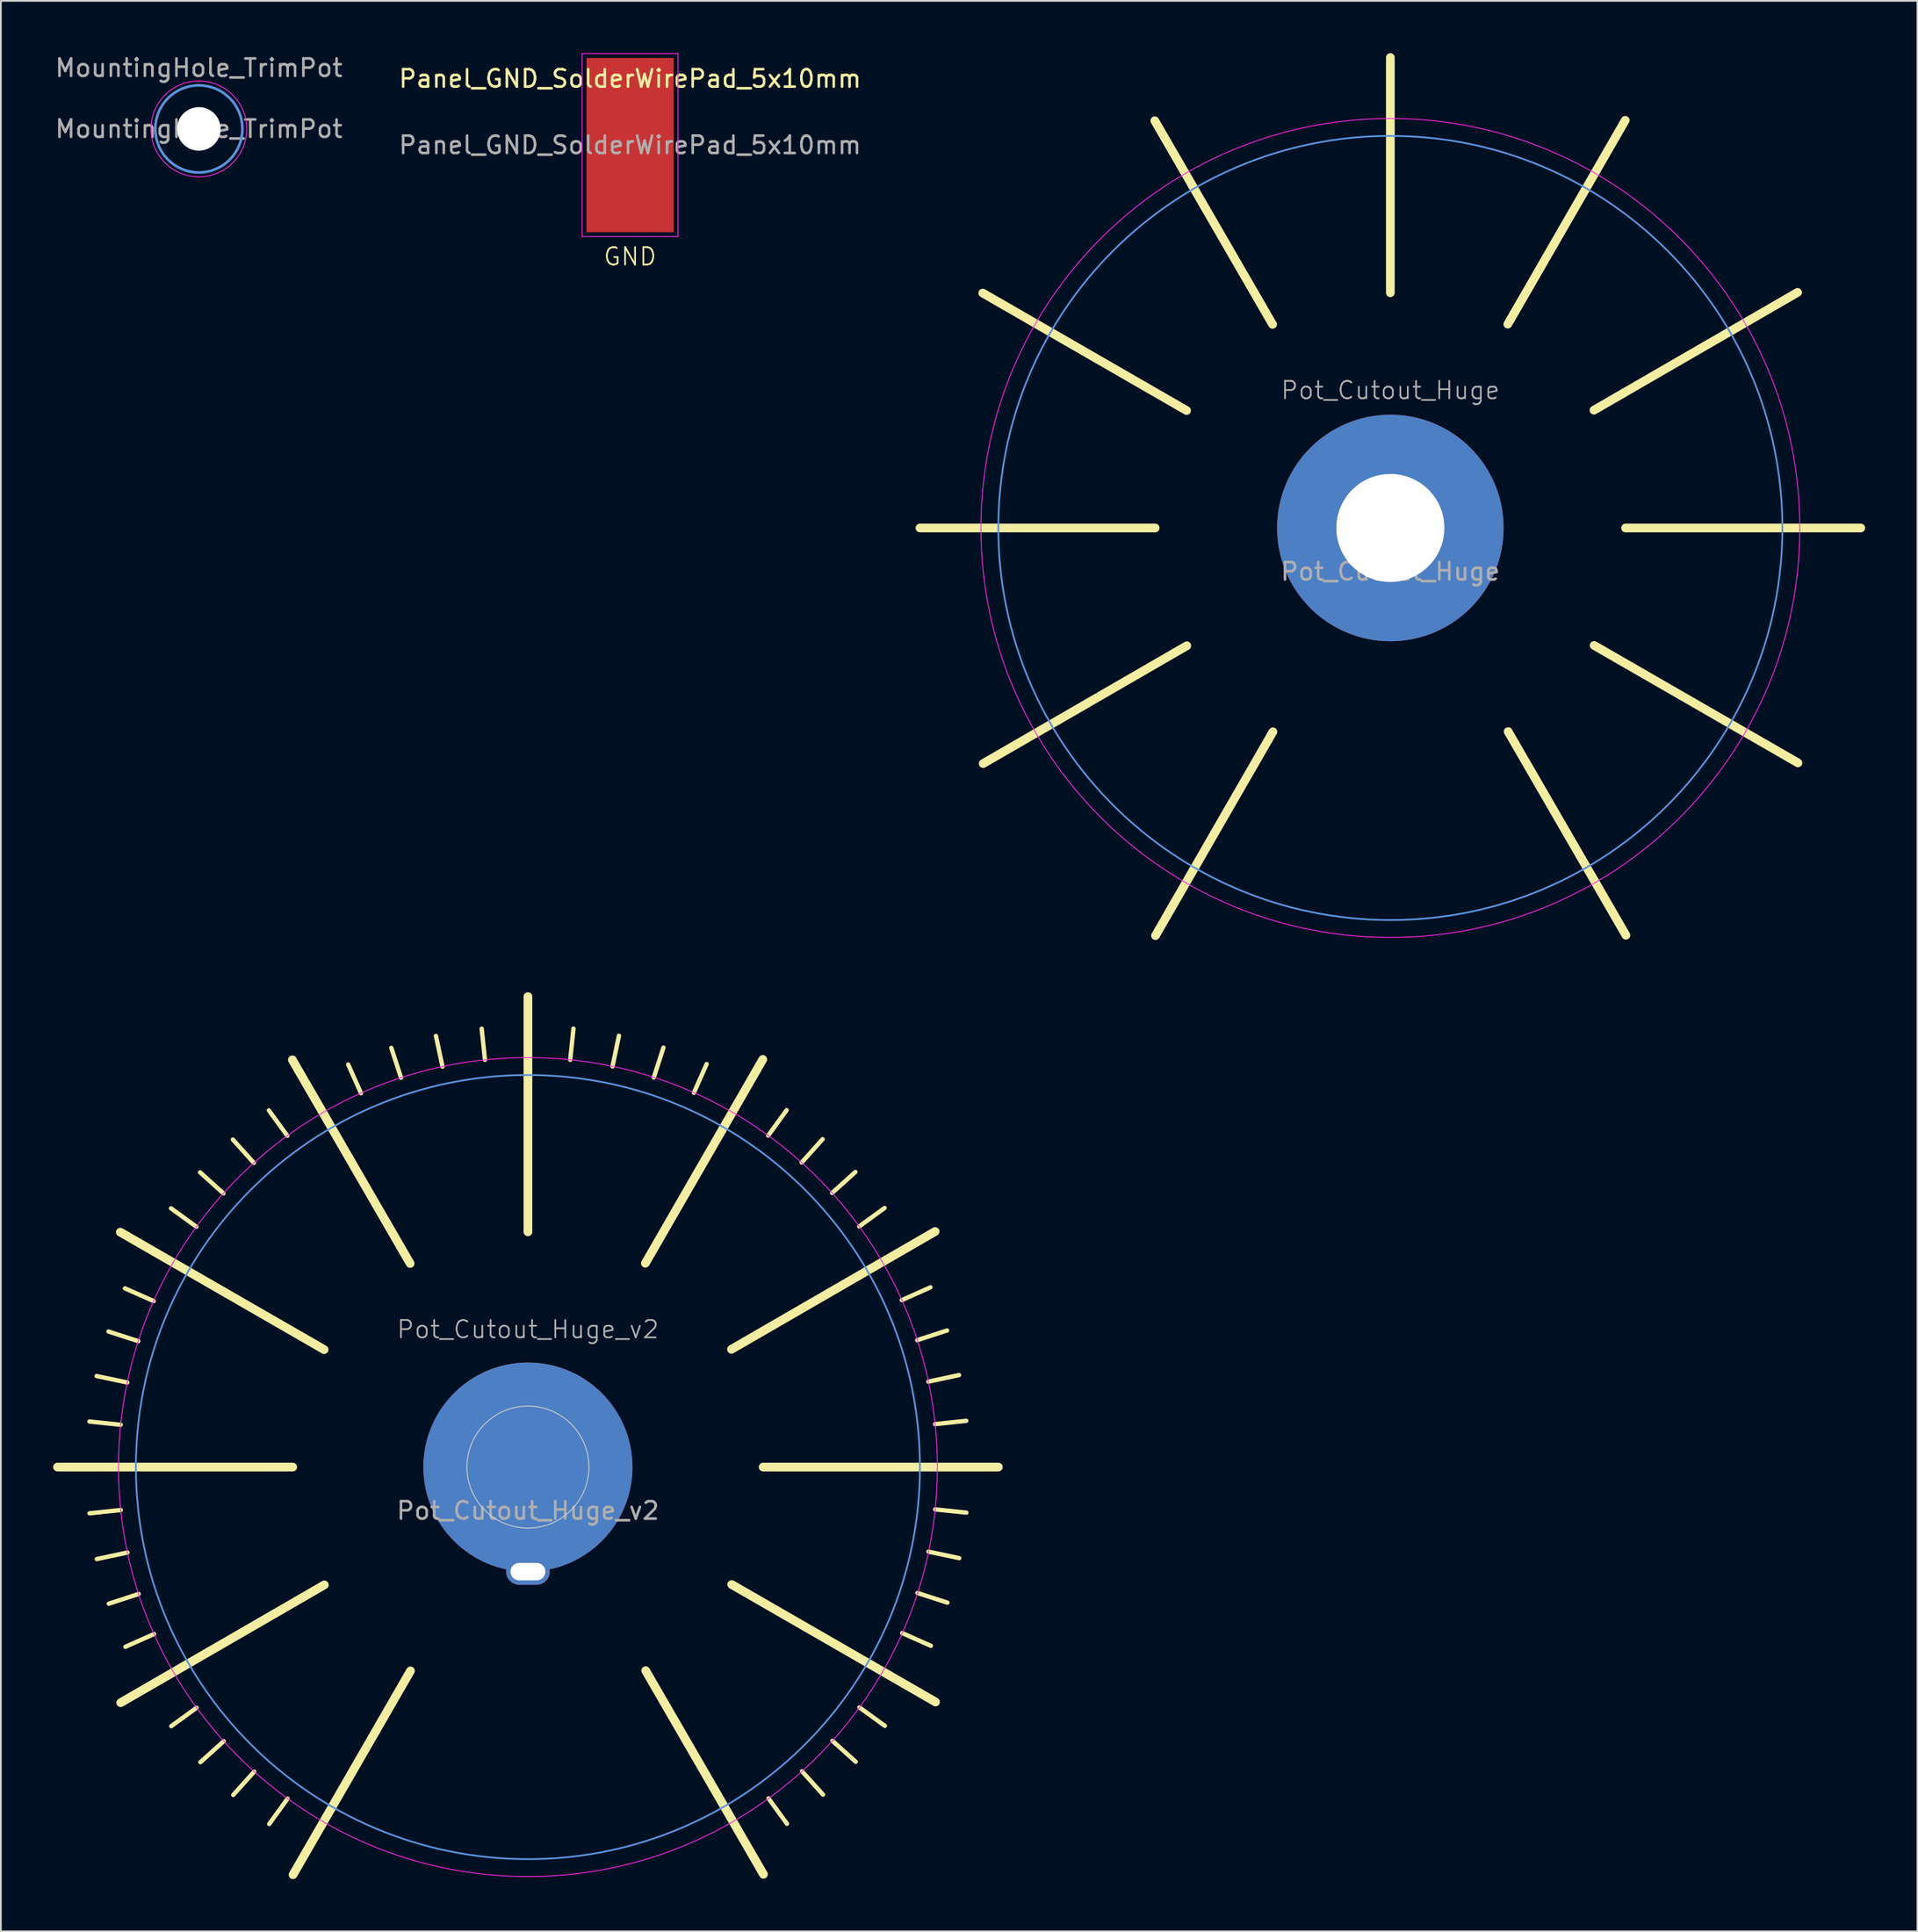
<source format=kicad_pcb>
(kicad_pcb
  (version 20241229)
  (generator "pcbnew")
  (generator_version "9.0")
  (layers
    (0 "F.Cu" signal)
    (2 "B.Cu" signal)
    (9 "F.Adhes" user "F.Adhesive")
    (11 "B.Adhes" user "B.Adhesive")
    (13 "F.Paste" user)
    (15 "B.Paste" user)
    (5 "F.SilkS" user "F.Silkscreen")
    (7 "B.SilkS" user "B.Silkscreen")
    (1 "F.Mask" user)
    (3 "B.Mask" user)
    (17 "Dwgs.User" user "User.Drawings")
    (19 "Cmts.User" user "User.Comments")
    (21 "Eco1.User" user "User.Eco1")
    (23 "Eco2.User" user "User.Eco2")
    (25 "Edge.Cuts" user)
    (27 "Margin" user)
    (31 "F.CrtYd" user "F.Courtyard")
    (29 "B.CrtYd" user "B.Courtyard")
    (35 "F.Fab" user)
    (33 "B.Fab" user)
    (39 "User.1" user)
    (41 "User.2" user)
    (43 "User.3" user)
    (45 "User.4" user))
  (footprint "Pot_Cutout_Huge"
    (layer "F.Cu")
    (at 76.75 27.25)
    (property "Reference" "Pot_Cutout_Huge" (at 0 -7.9 0) (unlocked yes) (layer "F.Fab") (effects (font (size 1 1) (thickness 0.1))))
    (attr through_hole)
    (fp_line (start -23.394 -13.481) (end -11.697 -6.741) (stroke (width 0.5) (type default)) (layer "F.SilkS"))
    (fp_line (start -23.371 13.52) (end -11.685 6.76) (stroke (width 0.5) (type default)) (layer "F.SilkS"))
    (fp_line (start -13.52 -23.371) (end -6.76 -11.685) (stroke (width 0.5) (type default)) (layer "F.SilkS"))
    (fp_line (start -13.5 0) (end -27 0) (stroke (width 0.5) (type default)) (layer "F.SilkS"))
    (fp_line (start -13.481 23.394) (end -6.741 11.697) (stroke (width 0.5) (type default)) (layer "F.SilkS"))
    (fp_line (start 0 -13.5) (end 0 -27) (stroke (width 0.5) (type default)) (layer "F.SilkS"))
    (fp_line (start 13.481 -23.394) (end 6.741 -11.697) (stroke (width 0.5) (type default)) (layer "F.SilkS"))
    (fp_line (start 13.5 0) (end 27 0) (stroke (width 0.5) (type default)) (layer "F.SilkS"))
    (fp_line (start 13.52 23.371) (end 6.76 11.685) (stroke (width 0.5) (type default)) (layer "F.SilkS"))
    (fp_line (start 23.371 -13.52) (end 11.685 -6.76) (stroke (width 0.5) (type default)) (layer "F.SilkS"))
    (fp_line (start 23.394 13.481) (end 11.697 6.741) (stroke (width 0.5) (type default)) (layer "F.SilkS"))
    (fp_circle (center 0 0) (end 22.5 0) (stroke (width 0.1) (type default)) (fill no) (layer "Cmts.User"))
    (fp_circle (center 0 0) (end 23.5 0) (stroke (width 0.05) (type default)) (fill no) (layer "F.CrtYd"))
    (fp_text user "${REFERENCE}" (at 0 2.5 0) (unlocked yes) (layer "F.Fab") (effects (font (size 1 1) (thickness 0.15))))
    (pad "1" thru_hole circle (at 0 0) (size 13 13) (drill 6.2) (layers "*.Cu" "*.Mask")))
  (footprint "Panel_GND_SolderWirePad_5x10mm"
    (layer "F.Cu")
    (at 33.113 5.275)
    (property "Reference" "Panel_GND_SolderWirePad_5x10mm" (at 0 -3.81 0) (layer "F.SilkS") (effects (font (size 1 1) (thickness 0.15))))
    (property "Function" "GND" (at 0 6.4 0) (layer "F.SilkS") (effects (font (size 1 1) (thickness 0.1))))
    (attr smd exclude_from_pos_files exclude_from_bom)
    (fp_line (start -2.75 -5.25) (end -2.75 5.25) (stroke (width 0.05) (type solid)) (layer "F.CrtYd"))
    (fp_line (start -2.75 5.25) (end 2.75 5.25) (stroke (width 0.05) (type solid)) (layer "F.CrtYd"))
    (fp_line (start 2.75 -5.25) (end -2.75 -5.25) (stroke (width 0.05) (type solid)) (layer "F.CrtYd"))
    (fp_line (start 2.75 5.25) (end 2.75 -5.25) (stroke (width 0.05) (type solid)) (layer "F.CrtYd"))
    (fp_text user "${REFERENCE}" (at 0 0 0) (layer "F.Fab") (effects (font (size 1 1) (thickness 0.15))))
    (pad "1" smd rect (at 0 0) (size 5 10) (layers "F.Cu" "F.Mask" "F.Paste")))
  (footprint "MountingHole_TrimPot"
    (layer "F.Cu")
    (at 8.363 4.348)
    (property "Reference" "MountingHole_TrimPot" (at 0 -3.5 0) (layer "F.Fab") (effects (font (size 1 1) (thickness 0.15))))
    (attr exclude_from_pos_files exclude_from_bom)
    (fp_circle (center 0 0) (end 2.5 0) (stroke (width 0.15) (type solid)) (fill no) (layer "Cmts.User"))
    (fp_circle (center 0 0) (end 2.75 0) (stroke (width 0.05) (type solid)) (fill no) (layer "F.CrtYd"))
    (fp_text user "${REFERENCE}" (at 0 0 0) (layer "F.Fab") (effects (font (size 1 1) (thickness 0.15))))
    (pad "" np_thru_hole circle (at 0 0) (size 2.5 2.5) (drill 2.5) (layers "*.Cu" "*.Mask")))
  (footprint "Pot_Cutout_Huge_v2"
    (layer "F.Cu")
    (at 27.25 81.144)
    (property "Reference" "Pot_Cutout_Huge_v2" (at 0 -7.9 0) (unlocked yes) (layer "F.Fab") (effects (font (size 1 1) (thickness 0.1))))
    (attr through_hole)
    (fp_line (start -23.394 -13.481) (end -11.697 -6.741) (stroke (width 0.5) (type default)) (layer "F.SilkS"))
    (fp_line (start -23.374 -2.428) (end -25.165 -2.614) (stroke (width 0.25) (type default)) (layer "F.SilkS"))
    (fp_line (start -23.371 13.52) (end -11.685 6.76) (stroke (width 0.5) (type default)) (layer "F.SilkS"))
    (fp_line (start -23.37 2.465) (end -25.16 2.654) (stroke (width 0.25) (type default)) (layer "F.SilkS"))
    (fp_line (start -23.102 10.315) (end -21.458 9.581) (stroke (width 0.25) (type default)) (layer "F.SilkS"))
    (fp_line (start -22.993 -4.854) (end -24.754 -5.225) (stroke (width 0.25) (type default)) (layer "F.SilkS"))
    (fp_line (start -22.983 4.903) (end -24.743 5.279) (stroke (width 0.25) (type default)) (layer "F.SilkS"))
    (fp_line (start -22.361 -7.226) (end -24.074 -7.779) (stroke (width 0.25) (type default)) (layer "F.SilkS"))
    (fp_line (start -22.343 7.282) (end -24.055 7.84) (stroke (width 0.25) (type default)) (layer "F.SilkS"))
    (fp_line (start -21.482 -9.527) (end -23.128 -10.257) (stroke (width 0.25) (type default)) (layer "F.SilkS"))
    (fp_line (start -19.027 -13.793) (end -20.484 -14.849) (stroke (width 0.25) (type default)) (layer "F.SilkS"))
    (fp_line (start -19.014 13.81) (end -20.47 14.868) (stroke (width 0.25) (type default)) (layer "F.SilkS"))
    (fp_line (start -17.477 -15.71) (end -18.816 -16.913) (stroke (width 0.25) (type default)) (layer "F.SilkS"))
    (fp_line (start -17.458 15.731) (end -18.796 16.936) (stroke (width 0.25) (type default)) (layer "F.SilkS"))
    (fp_line (start -15.731 -17.458) (end -16.936 -18.796) (stroke (width 0.25) (type default)) (layer "F.SilkS"))
    (fp_line (start -15.71 17.477) (end -16.913 18.816) (stroke (width 0.25) (type default)) (layer "F.SilkS"))
    (fp_line (start -13.81 -19.014) (end -14.868 -20.47) (stroke (width 0.25) (type default)) (layer "F.SilkS"))
    (fp_line (start -13.793 19.027) (end -14.849 20.484) (stroke (width 0.25) (type default)) (layer "F.SilkS"))
    (fp_line (start -13.52 -23.371) (end -6.76 -11.685) (stroke (width 0.5) (type default)) (layer "F.SilkS"))
    (fp_line (start -13.5 0) (end -27 0) (stroke (width 0.5) (type default)) (layer "F.SilkS"))
    (fp_line (start -13.481 23.394) (end -6.741 11.697) (stroke (width 0.5) (type default)) (layer "F.SilkS"))
    (fp_line (start -10.315 -23.102) (end -9.581 -21.458) (stroke (width 0.25) (type default)) (layer "F.SilkS"))
    (fp_line (start -7.282 -22.343) (end -7.84 -24.055) (stroke (width 0.25) (type default)) (layer "F.SilkS"))
    (fp_line (start -4.903 -22.983) (end -5.279 -24.743) (stroke (width 0.25) (type default)) (layer "F.SilkS"))
    (fp_line (start -2.465 -23.37) (end -2.654 -25.16) (stroke (width 0.25) (type default)) (layer "F.SilkS"))
    (fp_line (start -0.000001 -13.5) (end -0.000001 -27) (stroke (width 0.5) (type default)) (layer "F.SilkS"))
    (fp_line (start 2.428 -23.374) (end 2.614 -25.165) (stroke (width 0.25) (type default)) (layer "F.SilkS"))
    (fp_line (start 4.854 -22.993) (end 5.225 -24.754) (stroke (width 0.25) (type default)) (layer "F.SilkS"))
    (fp_line (start 7.226 -22.361) (end 7.779 -24.074) (stroke (width 0.25) (type default)) (layer "F.SilkS"))
    (fp_line (start 9.527 -21.482) (end 10.257 -23.128) (stroke (width 0.25) (type default)) (layer "F.SilkS"))
    (fp_line (start 13.481 -23.394) (end 6.741 -11.697) (stroke (width 0.5) (type default)) (layer "F.SilkS"))
    (fp_line (start 13.5 -0.000001) (end 27 -0.000001) (stroke (width 0.5) (type default)) (layer "F.SilkS"))
    (fp_line (start 13.52 23.371) (end 6.76 11.685) (stroke (width 0.5) (type default)) (layer "F.SilkS"))
    (fp_line (start 13.792 -19.027) (end 14.849 -20.484) (stroke (width 0.25) (type default)) (layer "F.SilkS"))
    (fp_line (start 13.81 19.014) (end 14.868 20.47) (stroke (width 0.25) (type default)) (layer "F.SilkS"))
    (fp_line (start 15.71 -17.477) (end 16.913 -18.816) (stroke (width 0.25) (type default)) (layer "F.SilkS"))
    (fp_line (start 15.731 17.458) (end 16.936 18.796) (stroke (width 0.25) (type default)) (layer "F.SilkS"))
    (fp_line (start 17.458 -15.731) (end 18.796 -16.936) (stroke (width 0.25) (type default)) (layer "F.SilkS"))
    (fp_line (start 17.477 15.71) (end 18.816 16.913) (stroke (width 0.25) (type default)) (layer "F.SilkS"))
    (fp_line (start 19.014 -13.81) (end 20.47 -14.868) (stroke (width 0.25) (type default)) (layer "F.SilkS"))
    (fp_line (start 19.027 13.792) (end 20.484 14.849) (stroke (width 0.25) (type default)) (layer "F.SilkS"))
    (fp_line (start 21.482 9.527) (end 23.128 10.257) (stroke (width 0.25) (type default)) (layer "F.SilkS"))
    (fp_line (start 22.343 -7.282) (end 24.055 -7.84) (stroke (width 0.25) (type default)) (layer "F.SilkS"))
    (fp_line (start 22.361 7.226) (end 24.074 7.779) (stroke (width 0.25) (type default)) (layer "F.SilkS"))
    (fp_line (start 22.983 -4.903) (end 24.743 -5.279) (stroke (width 0.25) (type default)) (layer "F.SilkS"))
    (fp_line (start 22.993 4.854) (end 24.754 5.225) (stroke (width 0.25) (type default)) (layer "F.SilkS"))
    (fp_line (start 23.102 -10.315) (end 21.458 -9.581) (stroke (width 0.25) (type default)) (layer "F.SilkS"))
    (fp_line (start 23.37 -2.465) (end 25.16 -2.654) (stroke (width 0.25) (type default)) (layer "F.SilkS"))
    (fp_line (start 23.371 -13.52) (end 11.685 -6.76) (stroke (width 0.5) (type default)) (layer "F.SilkS"))
    (fp_line (start 23.374 2.428) (end 25.165 2.614) (stroke (width 0.25) (type default)) (layer "F.SilkS"))
    (fp_line (start 23.394 13.481) (end 11.697 6.741) (stroke (width 0.5) (type default)) (layer "F.SilkS"))
    (fp_circle (center 0 0) (end 22.5 0) (stroke (width 0.1) (type default)) (fill no) (layer "Cmts.User"))
    (fp_circle (center 0 0) (end 0 3.5) (stroke (width 0.05) (type default)) (fill no) (layer "Edge.Cuts"))
    (fp_circle (center 0 0) (end 23.5 0) (stroke (width 0.05) (type default)) (fill no) (layer "F.CrtYd"))
    (fp_text user "${REFERENCE}" (at 0 2.5 0) (unlocked yes) (layer "F.Fab") (effects (font (size 1 1) (thickness 0.15))))
    (pad "1" connect circle (at 0 0) (size 12 12) (layers "F.Cu" "F.Mask"))
    (pad "1" connect circle (at 0 0) (size 12 12) (layers "B.Cu" "B.Mask"))
    (pad "1" thru_hole oval (at 0 6) (size 2.5 1.5) (drill oval 2 1) (layers "*.Cu" "*.Mask")))
  (gr_rect
    (start -3 -3)
    (end 107 107.787)
    (stroke (width 0.1) (type default))
    (fill no)
    (layer "Edge.Cuts")))
</source>
